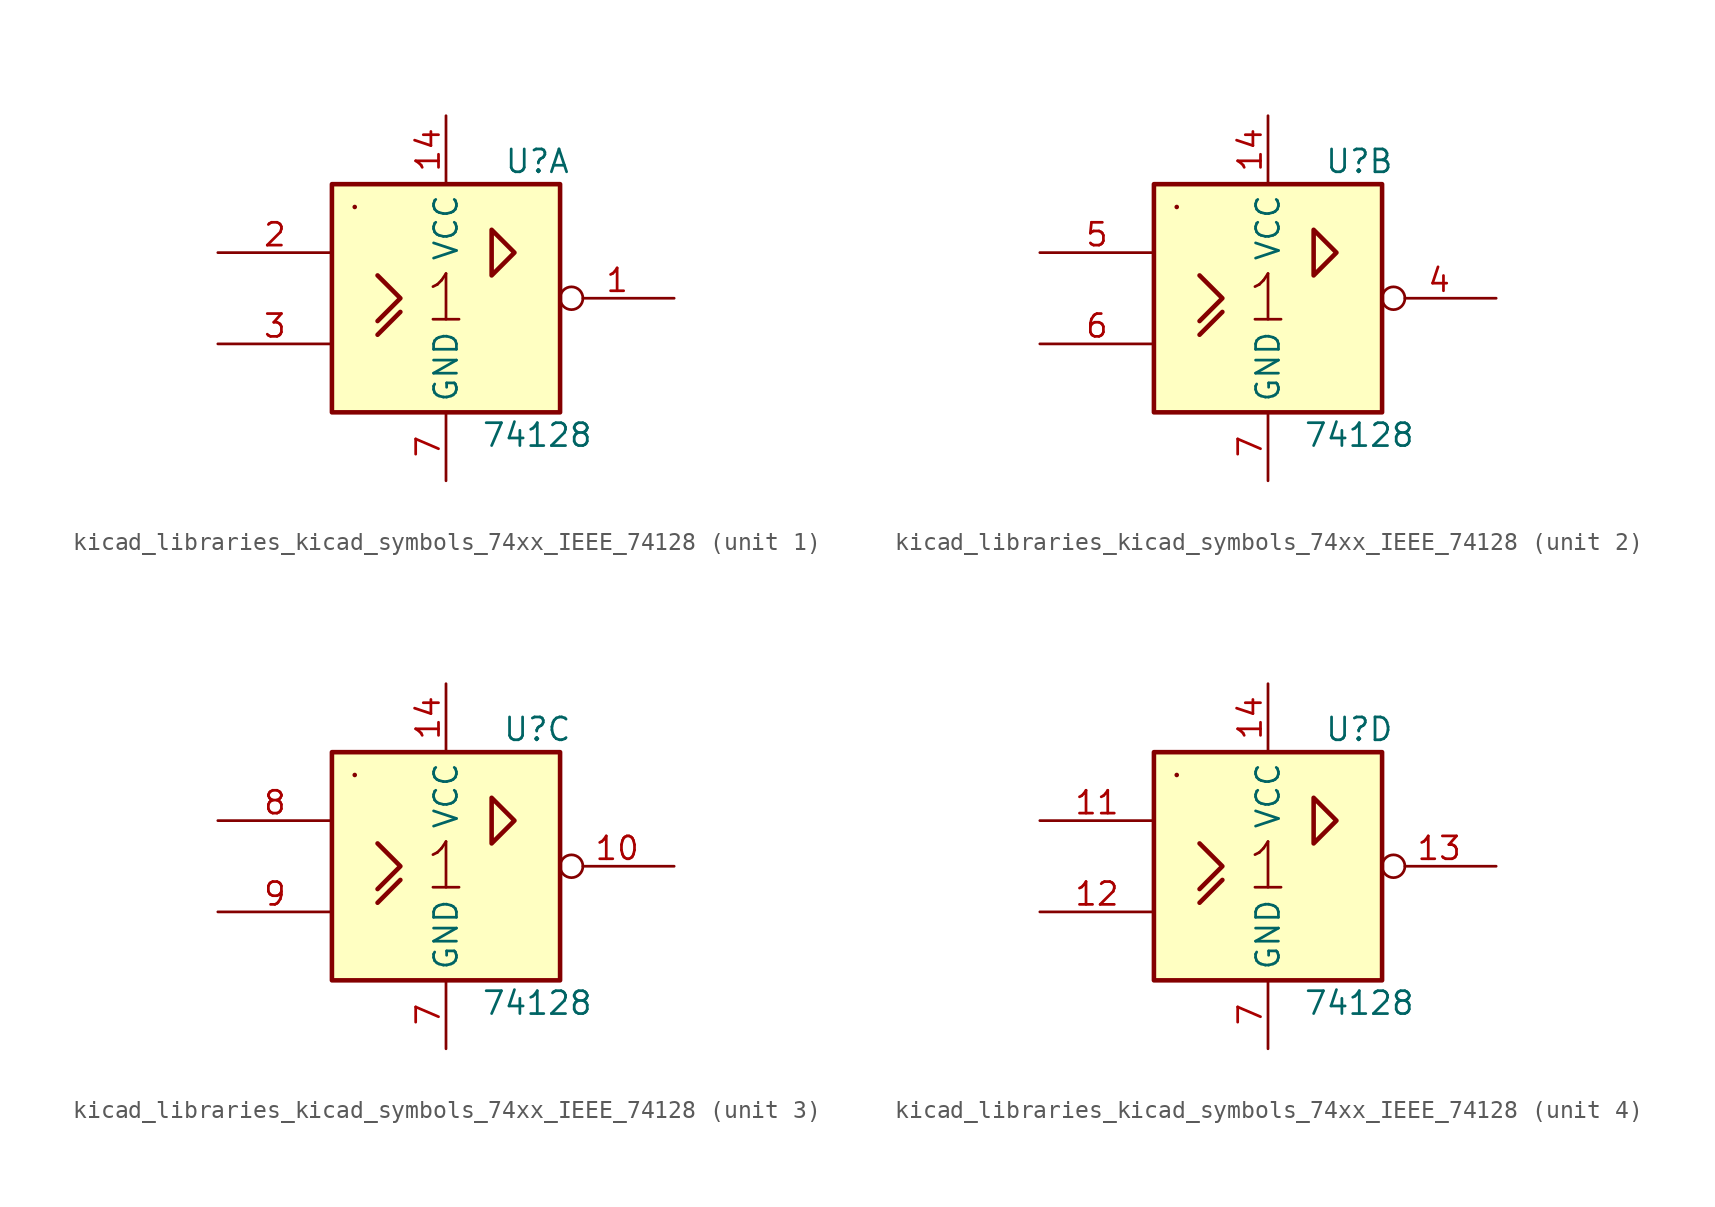
<source format=kicad_sym>
(kicad_symbol_lib
  (version 20220914)
  (generator kicad_symbol_editor)
  (symbol "kicad_libraries_kicad_symbols_74xx_IEEE_74128"
    (property "Reference" "U"
      (at 5.08 7.62 0)
      (effects (font (size 1.27 1.27))))
    (property "Value" "74128"
      (at 5.08 -7.62 0)
      (effects (font (size 1.27 1.27))))
    (symbol "kicad_libraries_kicad_symbols_74xx_IEEE_74128_0_0"
      (rectangle (start -5.08 5.08) (end -5.08 5.08) (stroke (width 0.254) (type default)) (fill (type background)))
      (polyline (pts (xy -3.81 -2.032) (xy -2.54 -0.762) (xy -2.54 -0.762)) (stroke (width 0.254) (type default)) (fill (type background)))
      (polyline (pts (xy -3.81 1.27) (xy -2.54 0) (xy -3.81 -1.27) (xy -3.81 -1.27)) (stroke (width 0.254) (type default)) (fill (type background)))
      (polyline (pts (xy 2.54 3.81) (xy 2.54 1.27) (xy 3.81 2.54) (xy 2.54 3.81) (xy 2.54 3.81)) (stroke (width 0.254) (type default)) (fill (type background)))
      (text "1" (at 0 0 0) (effects (font (size 2.54 2.54))))
      (pin power_in line (at 0 10.16 270) (length 3.81) (name "VCC" (effects (font (size 1.27 1.27)))) (number "14" (effects (font (size 1.27 1.27)))))
      (pin power_in line (at 0 -10.16 90) (length 3.81) (name "GND" (effects (font (size 1.27 1.27)))) (number "7" (effects (font (size 1.27 1.27))))))
    (symbol "kicad_libraries_kicad_symbols_74xx_IEEE_74128_0_1"
      (rectangle (start -6.35 6.35) (end 6.35 -6.35) (stroke (width 0.254) (type default)) (fill (type background))))
    (symbol "kicad_libraries_kicad_symbols_74xx_IEEE_74128_1_1"
      (pin output inverted (at 12.7 0 180) (length 6.35) (name "~" (effects (font (size 1.27 1.27)))) (number "1" (effects (font (size 1.27 1.27)))))
      (pin input line (at -12.7 2.54 0) (length 6.35) (name "~" (effects (font (size 1.27 1.27)))) (number "2" (effects (font (size 1.27 1.27)))))
      (pin input line (at -12.7 -2.54 0) (length 6.35) (name "~" (effects (font (size 1.27 1.27)))) (number "3" (effects (font (size 1.27 1.27))))))
    (symbol "kicad_libraries_kicad_symbols_74xx_IEEE_74128_2_1"
      (pin output inverted (at 12.7 0 180) (length 6.35) (name "~" (effects (font (size 1.27 1.27)))) (number "4" (effects (font (size 1.27 1.27)))))
      (pin input line (at -12.7 2.54 0) (length 6.35) (name "~" (effects (font (size 1.27 1.27)))) (number "5" (effects (font (size 1.27 1.27)))))
      (pin input line (at -12.7 -2.54 0) (length 6.35) (name "~" (effects (font (size 1.27 1.27)))) (number "6" (effects (font (size 1.27 1.27))))))
    (symbol "kicad_libraries_kicad_symbols_74xx_IEEE_74128_3_1"
      (pin output inverted (at 12.7 0 180) (length 6.35) (name "~" (effects (font (size 1.27 1.27)))) (number "10" (effects (font (size 1.27 1.27)))))
      (pin input line (at -12.7 2.54 0) (length 6.35) (name "~" (effects (font (size 1.27 1.27)))) (number "8" (effects (font (size 1.27 1.27)))))
      (pin input line (at -12.7 -2.54 0) (length 6.35) (name "~" (effects (font (size 1.27 1.27)))) (number "9" (effects (font (size 1.27 1.27))))))
    (symbol "kicad_libraries_kicad_symbols_74xx_IEEE_74128_4_1"
      (pin input line (at -12.7 2.54 0) (length 6.35) (name "~" (effects (font (size 1.27 1.27)))) (number "11" (effects (font (size 1.27 1.27)))))
      (pin input line (at -12.7 -2.54 0) (length 6.35) (name "~" (effects (font (size 1.27 1.27)))) (number "12" (effects (font (size 1.27 1.27)))))
      (pin output inverted (at 12.7 0 180) (length 6.35) (name "~" (effects (font (size 1.27 1.27)))) (number "13" (effects (font (size 1.27 1.27))))))))
</source>
